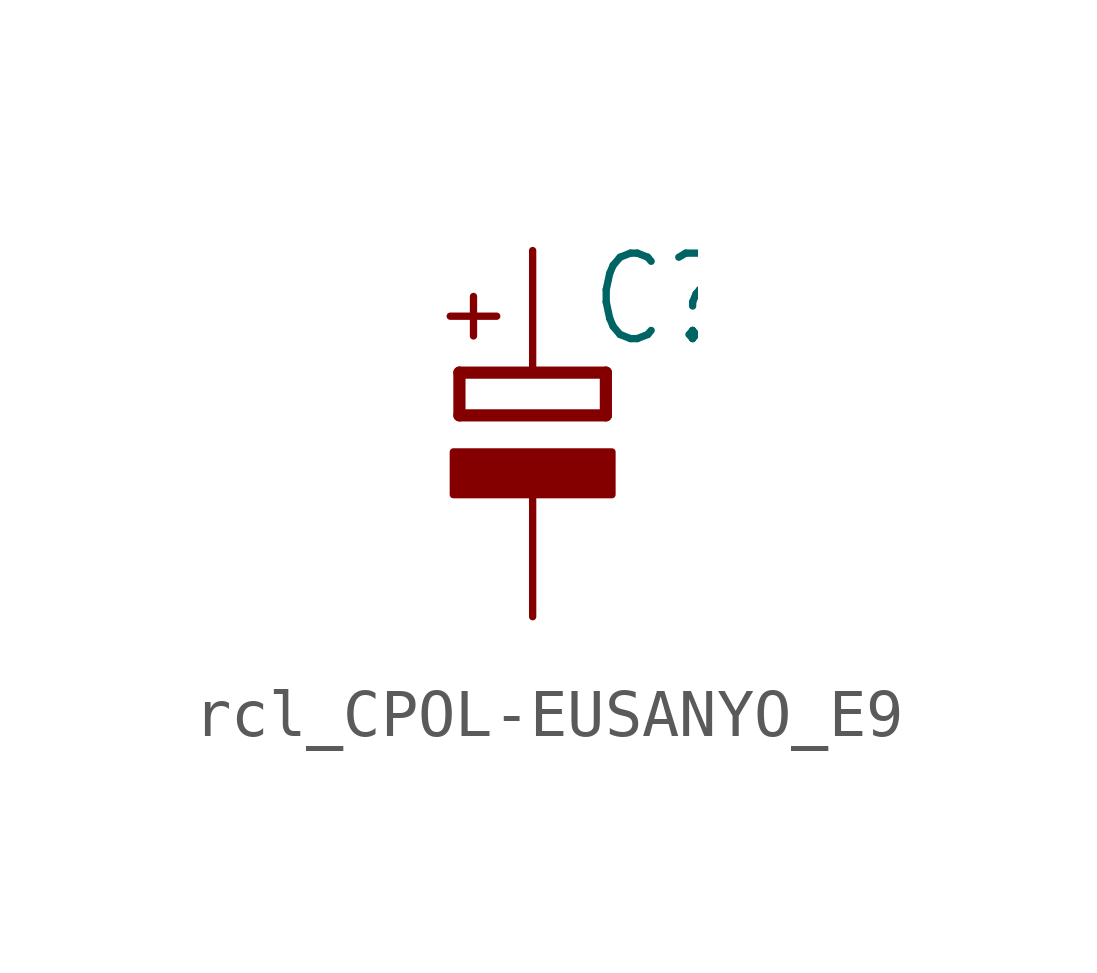
<source format=kicad_sym>
(kicad_symbol_lib
  (version 20241209)
  (generator "kicad_symbol_editor")
  (generator_version "9.0")
  (symbol "rcl_CPOL-EUSANYO_E9"
    (property "Reference" "C"
      (at 1.143 0.483 0)
      (effects (font (size 1.778 1.511)) (justify left bottom)))
    (property "Value" ""
      (at 1.143 -4.597 0)
      (effects (font (size 1.778 1.511)) (justify left bottom)))
    (property "ki_locked" ""
      (at 0 0 0)
      (effects (font (size 1.27 1.27))))
    (symbol "rcl_CPOL-EUSANYO_E9_1_0"
      (rectangle (start -1.651 -2.54) (end 1.651 -1.651) (stroke (width 0) (type default)) (fill (type outline)))
      (polyline (pts (xy -1.524 0) (xy -1.524 -0.889)) (stroke (width 0.254) (type solid)) (fill (type none)))
      (polyline (pts (xy -1.524 0) (xy 1.524 0)) (stroke (width 0.254) (type solid)) (fill (type none)))
      (polyline (pts (xy -1.524 -0.889) (xy 1.524 -0.889)) (stroke (width 0.254) (type solid)) (fill (type none)))
      (polyline (pts (xy 1.524 -0.889) (xy 1.524 0)) (stroke (width 0.254) (type solid)) (fill (type none)))
      (text "+" (at -0.584 0.406 900) (effects (font (size 1.27 1.079)) (justify left bottom)))
      (pin passive line (at 0 2.54 270) (length 2.54) (name "+" (effects (font (size 0 0)))) (number "+" (effects (font (size 0 0)))))
      (pin passive line (at 0 -5.08 90) (length 2.54) (name "-" (effects (font (size 0 0)))) (number "-" (effects (font (size 0 0))))))))
</source>
